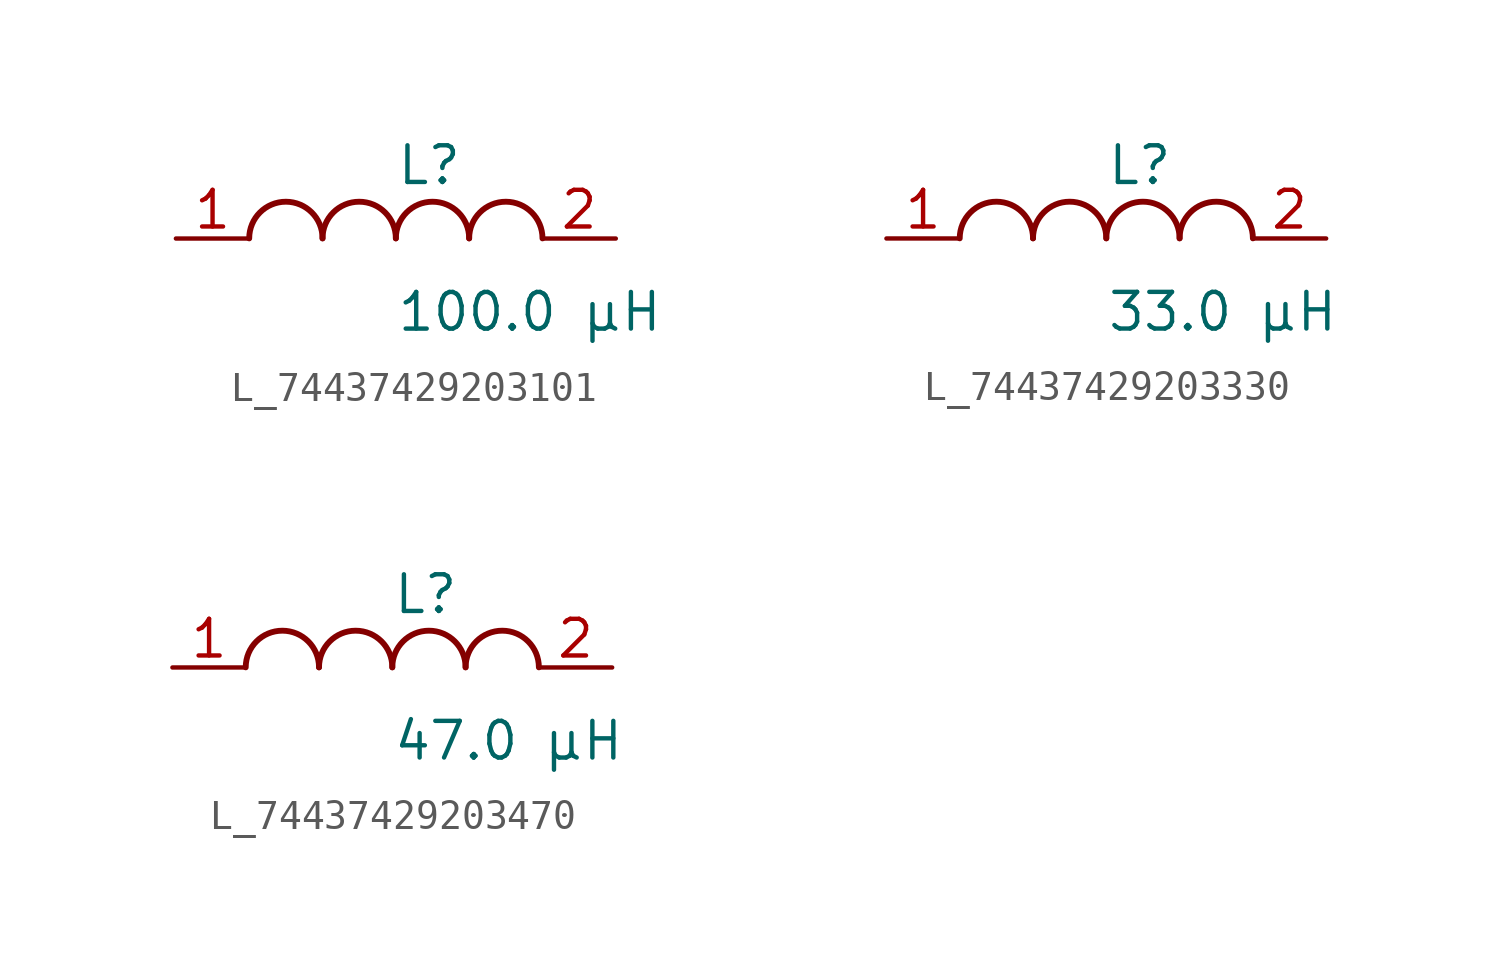
<source format=kicad_sym>
(kicad_symbol_lib
  (version 20231120)
  (generator kicad_symbol_editor)
  (generator_version 8.0)
  (symbol "L_74437429203101"
    (pin_names
      (offset 0.254))
    (property "Reference" "L"
      (at 0 2.54 0)
      (effects (font (size 1.27 1.27)) (justify left)))
    (property "Value" "100.0 µH"
      (at 0 -2.54 0)
      (effects (font (size 1.27 1.27)) (justify left)))
    (symbol "L_74437429203101_1_1"
      (arc (start -2.54 0.0056) (mid -3.81 1.27) (end -5.08 0.0056) (stroke (width 0.2032) (type default)) (fill (type none)))
      (arc (start 0 0.0056) (mid -1.27 1.27) (end -2.54 0.0056) (stroke (width 0.2032) (type default)) (fill (type none)))
      (arc (start 2.54 0.0056) (mid 1.27 1.27) (end 0 0.0056) (stroke (width 0.2032) (type default)) (fill (type none)))
      (arc (start 5.08 0.0056) (mid 3.81 1.27) (end 2.54 0.0056) (stroke (width 0.2032) (type default)) (fill (type none)))
      (pin unspecified line (at -7.62 0 0) (length 2.54) (name "" (effects (font (size 1.27 1.27)))) (number "1" (effects (font (size 1.27 1.27)))))
      (pin unspecified line (at 7.62 0 180) (length 2.54) (name "" (effects (font (size 1.27 1.27)))) (number "2" (effects (font (size 1.27 1.27)))))))
  (symbol "L_74437429203330"
    (pin_names
      (offset 0.254))
    (property "Reference" "L"
      (at 0 2.54 0)
      (effects (font (size 1.27 1.27)) (justify left)))
    (property "Value" "33.0 µH"
      (at 0 -2.54 0)
      (effects (font (size 1.27 1.27)) (justify left)))
    (symbol "L_74437429203330_1_1"
      (arc (start -2.54 0.0056) (mid -3.81 1.27) (end -5.08 0.0056) (stroke (width 0.2032) (type default)) (fill (type none)))
      (arc (start 0 0.0056) (mid -1.27 1.27) (end -2.54 0.0056) (stroke (width 0.2032) (type default)) (fill (type none)))
      (arc (start 2.54 0.0056) (mid 1.27 1.27) (end 0 0.0056) (stroke (width 0.2032) (type default)) (fill (type none)))
      (arc (start 5.08 0.0056) (mid 3.81 1.27) (end 2.54 0.0056) (stroke (width 0.2032) (type default)) (fill (type none)))
      (pin unspecified line (at -7.62 0 0) (length 2.54) (name "" (effects (font (size 1.27 1.27)))) (number "1" (effects (font (size 1.27 1.27)))))
      (pin unspecified line (at 7.62 0 180) (length 2.54) (name "" (effects (font (size 1.27 1.27)))) (number "2" (effects (font (size 1.27 1.27)))))))
  (symbol "L_74437429203470"
    (pin_names
      (offset 0.254))
    (property "Reference" "L"
      (at 0 2.54 0)
      (effects (font (size 1.27 1.27)) (justify left)))
    (property "Value" "47.0 µH"
      (at 0 -2.54 0)
      (effects (font (size 1.27 1.27)) (justify left)))
    (symbol "L_74437429203470_1_1"
      (arc (start -2.54 0.0056) (mid -3.81 1.27) (end -5.08 0.0056) (stroke (width 0.2032) (type default)) (fill (type none)))
      (arc (start 0 0.0056) (mid -1.27 1.27) (end -2.54 0.0056) (stroke (width 0.2032) (type default)) (fill (type none)))
      (arc (start 2.54 0.0056) (mid 1.27 1.27) (end 0 0.0056) (stroke (width 0.2032) (type default)) (fill (type none)))
      (arc (start 5.08 0.0056) (mid 3.81 1.27) (end 2.54 0.0056) (stroke (width 0.2032) (type default)) (fill (type none)))
      (pin unspecified line (at -7.62 0 0) (length 2.54) (name "" (effects (font (size 1.27 1.27)))) (number "1" (effects (font (size 1.27 1.27)))))
      (pin unspecified line (at 7.62 0 180) (length 2.54) (name "" (effects (font (size 1.27 1.27)))) (number "2" (effects (font (size 1.27 1.27))))))))
</source>
